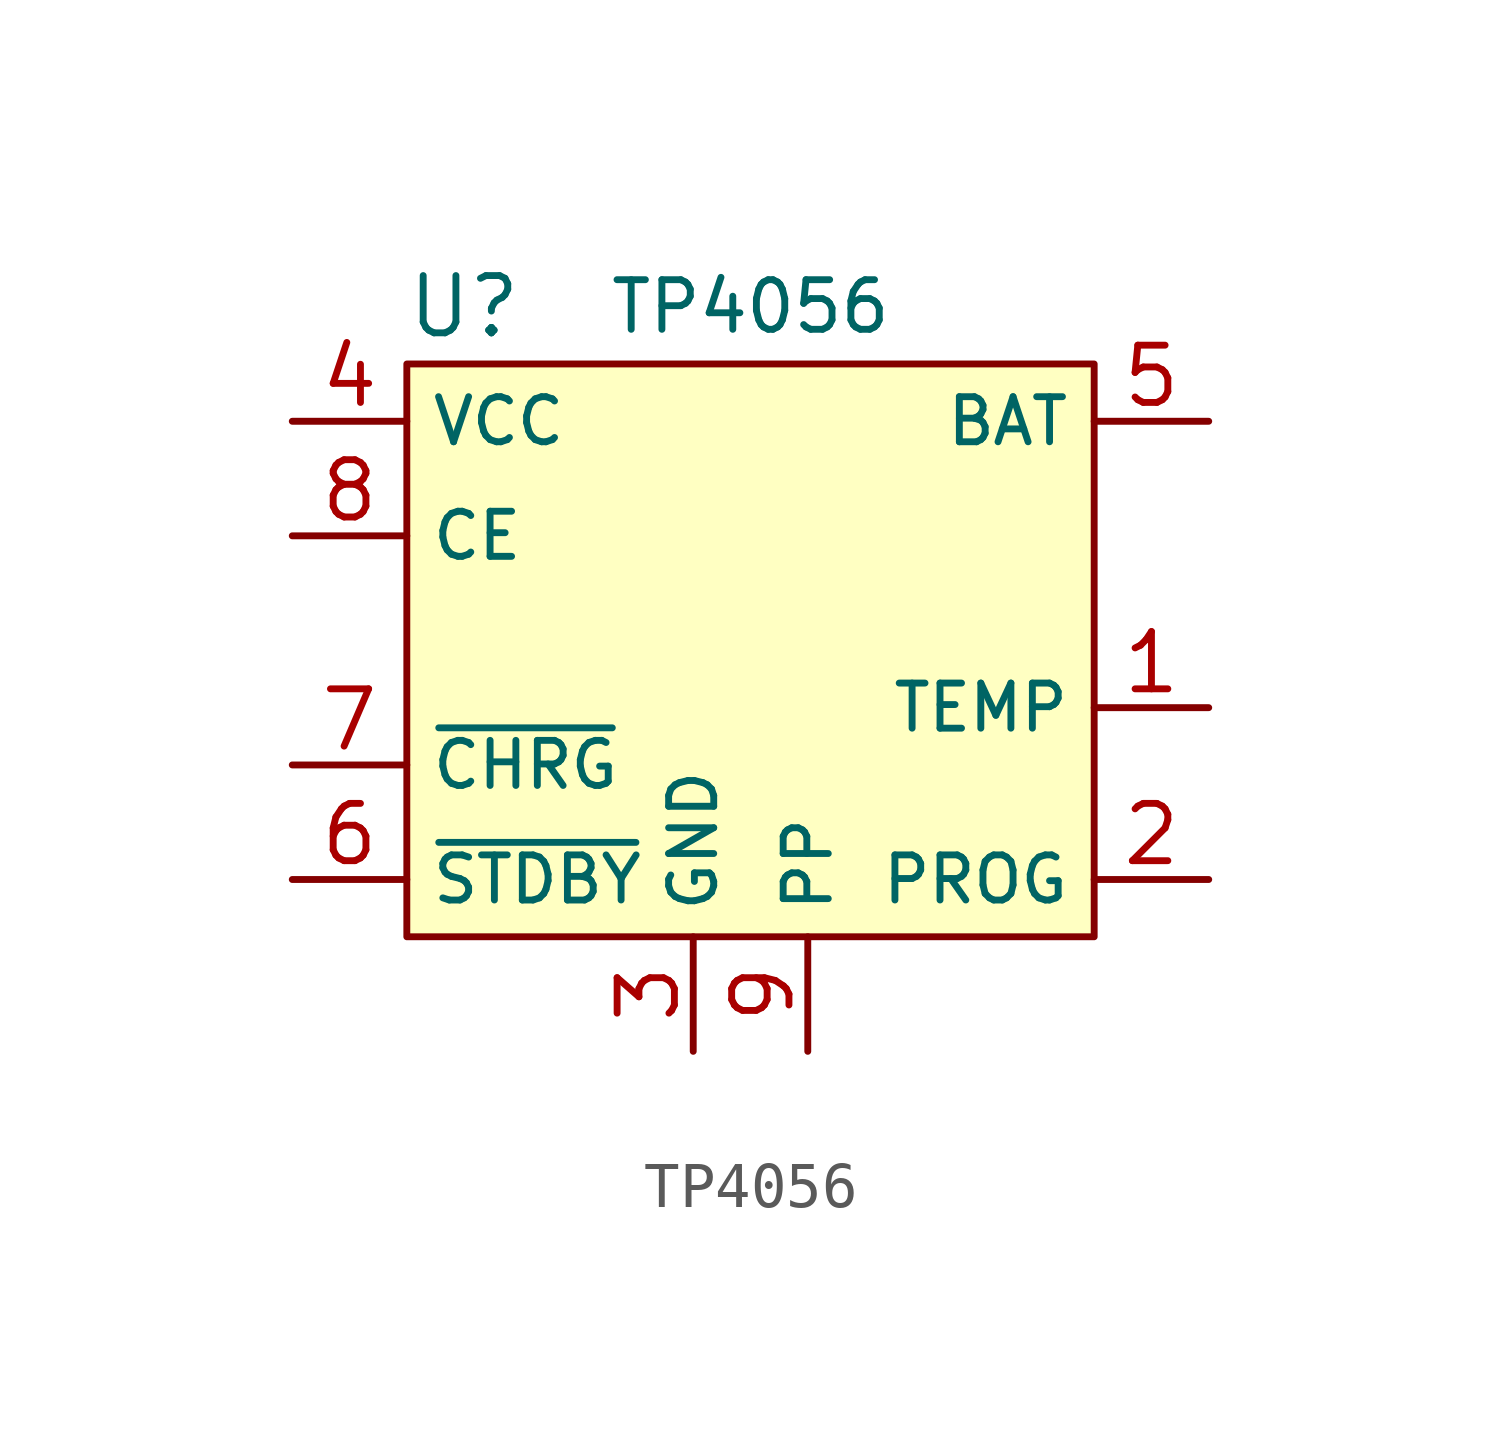
<source format=kicad_sym>
(kicad_symbol_lib
  (version 20211014)
  (generator kicad_symbol_editor)
  (symbol "TP4056"
    (property "Reference" "U"
      (at 1.27 13.97 0)
      (effects (font (size 1.27 1.27))))
    (property "Value" "TP4056"
      (at 7.62 13.97 0)
      (effects (font (size 1.1 1.1))))
    (symbol "TP4056_0_1"
      (rectangle (start 0 12.7) (end 15.24 0) (stroke (width 0) (type default) (color 0 0 0 0)) (fill (type background))))
    (symbol "TP4056_1_1"
      (pin input line (at 17.78 5.08 180) (length 2.54) (name "TEMP" (effects (font (size 1 1)))) (number "1" (effects (font (size 1.27 1.27)))))
      (pin input line (at 17.78 1.27 180) (length 2.54) (name "PROG" (effects (font (size 1 1)))) (number "2" (effects (font (size 1.27 1.27)))))
      (pin input line (at 6.35 -2.54 90) (length 2.54) (name "GND" (effects (font (size 1 1)))) (number "3" (effects (font (size 1.27 1.27)))))
      (pin input line (at -2.54 11.43 0) (length 2.54) (name "VCC" (effects (font (size 1 1)))) (number "4" (effects (font (size 1.27 1.27)))))
      (pin input line (at 17.78 11.43 180) (length 2.54) (name "BAT" (effects (font (size 1 1)))) (number "5" (effects (font (size 1.27 1.27)))))
      (pin input line (at -2.54 1.27 0) (length 2.54) (name "~{STDBY}" (effects (font (size 1 1)))) (number "6" (effects (font (size 1.27 1.27)))))
      (pin input line (at -2.54 3.81 0) (length 2.54) (name "~{CHRG}" (effects (font (size 1 1)))) (number "7" (effects (font (size 1.27 1.27)))))
      (pin input line (at -2.54 8.89 0) (length 2.54) (name "CE" (effects (font (size 1 1)))) (number "8" (effects (font (size 1.27 1.27)))))
      (pin input line (at 8.89 -2.54 90) (length 2.54) (name "PP" (effects (font (size 1 1)))) (number "9" (effects (font (size 1.27 1.27))))))))
</source>
